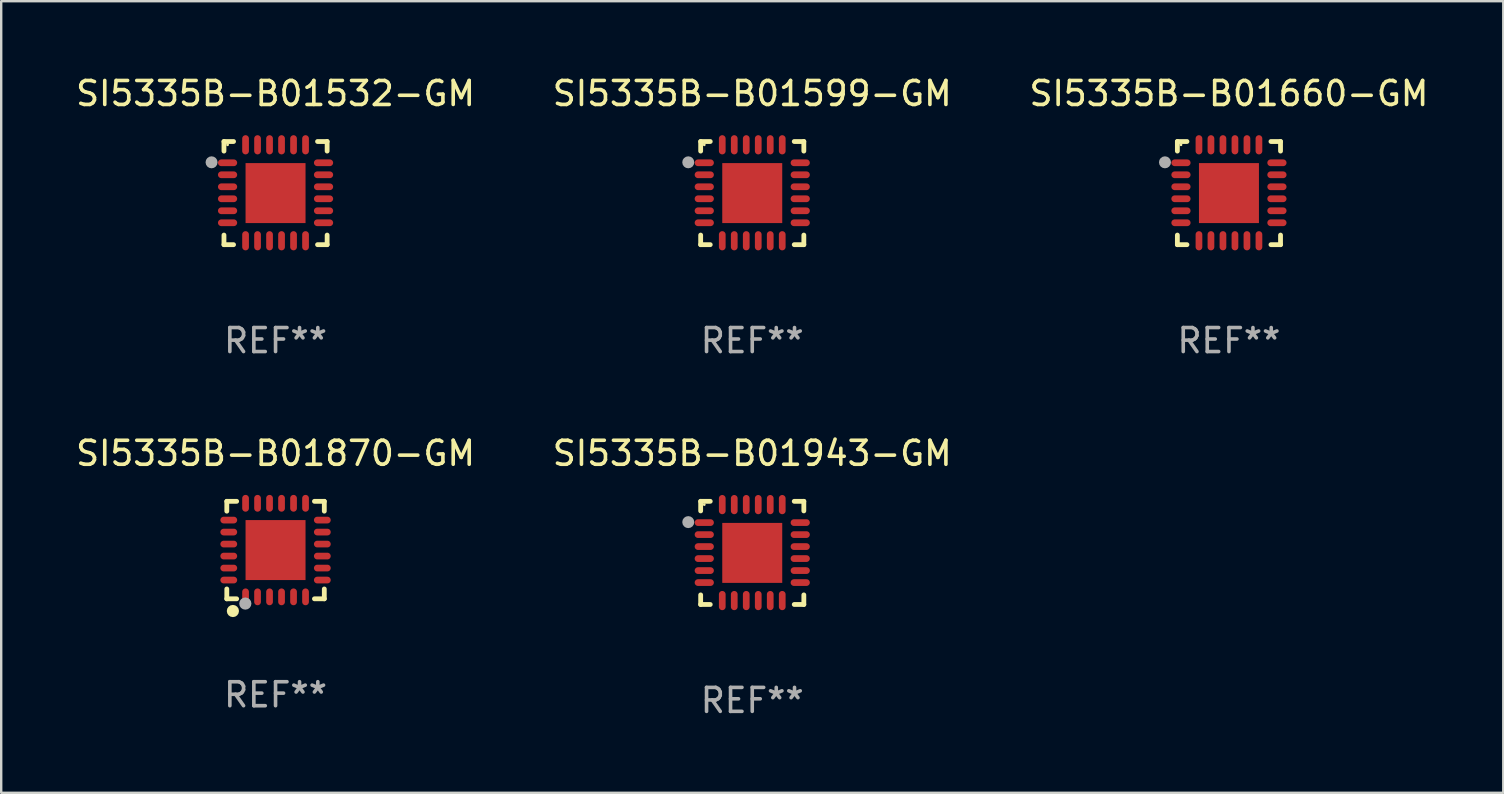
<source format=kicad_pcb>
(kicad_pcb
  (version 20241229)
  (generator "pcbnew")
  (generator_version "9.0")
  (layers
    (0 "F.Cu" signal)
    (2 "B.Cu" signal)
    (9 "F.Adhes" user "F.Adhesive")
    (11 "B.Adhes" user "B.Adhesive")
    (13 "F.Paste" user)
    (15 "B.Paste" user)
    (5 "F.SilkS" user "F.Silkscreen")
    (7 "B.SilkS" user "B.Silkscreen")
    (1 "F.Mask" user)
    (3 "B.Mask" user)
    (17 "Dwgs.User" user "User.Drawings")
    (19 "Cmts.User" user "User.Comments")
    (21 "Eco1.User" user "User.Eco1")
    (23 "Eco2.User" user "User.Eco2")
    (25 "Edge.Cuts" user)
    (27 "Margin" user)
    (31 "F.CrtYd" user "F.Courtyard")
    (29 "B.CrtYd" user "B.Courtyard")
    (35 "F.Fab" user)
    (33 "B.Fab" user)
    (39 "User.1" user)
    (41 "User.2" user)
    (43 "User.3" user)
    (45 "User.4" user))
  (footprint "SI5335B-B01660-GM"
    (layer "F.Cu")
    (at 48.173 4.998)
    (property "Reference" "SI5335B-B01660-GM" (at 0 -4.15 0) (layer "F.SilkS") (effects (font (size 1 1) (thickness 0.15))))
    (attr through_hole)
    (fp_line (start -2.15 -2.15) (end -1.75 -2.15) (stroke (width 0.2) (type solid)) (layer "F.SilkS"))
    (fp_line (start -2.15 -1.75) (end -2.15 -2.15) (stroke (width 0.2) (type solid)) (layer "F.SilkS"))
    (fp_line (start -2.15 2.15) (end -2.15 1.75) (stroke (width 0.2) (type solid)) (layer "F.SilkS"))
    (fp_line (start -1.75 2.15) (end -2.15 2.15) (stroke (width 0.2) (type solid)) (layer "F.SilkS"))
    (fp_line (start 1.75 -2.15) (end 2.15 -2.15) (stroke (width 0.2) (type solid)) (layer "F.SilkS"))
    (fp_line (start 1.75 2.15) (end 2.15 2.15) (stroke (width 0.2) (type solid)) (layer "F.SilkS"))
    (fp_line (start 2.15 -2.15) (end 2.15 -1.75) (stroke (width 0.2) (type solid)) (layer "F.SilkS"))
    (fp_line (start 2.15 2.15) (end 2.15 1.75) (stroke (width 0.2) (type solid)) (layer "F.SilkS"))
    (fp_circle (center -2 -2.013) (end -1.97 -2.013) (stroke (width 0.06) (type solid)) (fill no) (layer "F.SilkS"))
    (fp_circle (center -2.667 -1.283) (end -2.542 -1.283) (stroke (width 0.25) (type solid)) (fill no) (layer "F.Fab"))
    (fp_text user "REF**" (at 0 6.15 0) (layer "F.Fab") (effects (font (size 1 1) (thickness 0.15))))
    (pad "1" smd oval (at -2 -1.263) (size 0.8 0.28) (layers "F.Cu" "F.Mask" "F.Paste"))
    (pad "2" smd oval (at -2 -0.763) (size 0.8 0.28) (layers "F.Cu" "F.Mask" "F.Paste"))
    (pad "3" smd oval (at -2 -0.263) (size 0.8 0.28) (layers "F.Cu" "F.Mask" "F.Paste"))
    (pad "4" smd oval (at -2 0.237) (size 0.8 0.28) (layers "F.Cu" "F.Mask" "F.Paste"))
    (pad "5" smd oval (at -2 0.737) (size 0.8 0.28) (layers "F.Cu" "F.Mask" "F.Paste"))
    (pad "6" smd oval (at -2 1.237) (size 0.8 0.28) (layers "F.Cu" "F.Mask" "F.Paste"))
    (pad "7" smd oval (at -1.25 1.987) (size 0.28 0.8) (layers "F.Cu" "F.Mask" "F.Paste"))
    (pad "8" smd oval (at -0.75 1.987) (size 0.28 0.8) (layers "F.Cu" "F.Mask" "F.Paste"))
    (pad "9" smd oval (at -0.25 1.987) (size 0.28 0.8) (layers "F.Cu" "F.Mask" "F.Paste"))
    (pad "10" smd oval (at 0.25 1.987) (size 0.28 0.8) (layers "F.Cu" "F.Mask" "F.Paste"))
    (pad "11" smd oval (at 0.75 1.987) (size 0.28 0.8) (layers "F.Cu" "F.Mask" "F.Paste"))
    (pad "12" smd oval (at 1.25 1.987) (size 0.28 0.8) (layers "F.Cu" "F.Mask" "F.Paste"))
    (pad "13" smd oval (at 2 1.237) (size 0.8 0.28) (layers "F.Cu" "F.Mask" "F.Paste"))
    (pad "14" smd oval (at 2 0.737) (size 0.8 0.28) (layers "F.Cu" "F.Mask" "F.Paste"))
    (pad "15" smd oval (at 2 0.237) (size 0.8 0.28) (layers "F.Cu" "F.Mask" "F.Paste"))
    (pad "16" smd oval (at 2 -0.263) (size 0.8 0.28) (layers "F.Cu" "F.Mask" "F.Paste"))
    (pad "17" smd oval (at 2 -0.763) (size 0.8 0.28) (layers "F.Cu" "F.Mask" "F.Paste"))
    (pad "18" smd oval (at 2 -1.263) (size 0.8 0.28) (layers "F.Cu" "F.Mask" "F.Paste"))
    (pad "19" smd oval (at 1.25 -2.013) (size 0.28 0.8) (layers "F.Cu" "F.Mask" "F.Paste"))
    (pad "20" smd oval (at 0.75 -2.013) (size 0.28 0.8) (layers "F.Cu" "F.Mask" "F.Paste"))
    (pad "21" smd oval (at 0.25 -2.013) (size 0.28 0.8) (layers "F.Cu" "F.Mask" "F.Paste"))
    (pad "22" smd oval (at -0.25 -2.013) (size 0.28 0.8) (layers "F.Cu" "F.Mask" "F.Paste"))
    (pad "23" smd oval (at -0.75 -2.013) (size 0.28 0.8) (layers "F.Cu" "F.Mask" "F.Paste"))
    (pad "24" smd oval (at -1.25 -2.013) (size 0.28 0.8) (layers "F.Cu" "F.Mask" "F.Paste"))
    (pad "25" smd rect (at -0.000127 -0.00014) (size 2.5 2.5) (layers "F.Cu" "F.Mask" "F.Paste")))
  (footprint "SI5335B-B01943-GM"
    (layer "F.Cu")
    (at 28.304 19.995)
    (property "Reference" "SI5335B-B01943-GM" (at 0 -4.15 0) (layer "F.SilkS") (effects (font (size 1 1) (thickness 0.15))))
    (attr through_hole)
    (fp_line (start -2.15 -2.15) (end -1.75 -2.15) (stroke (width 0.2) (type solid)) (layer "F.SilkS"))
    (fp_line (start -2.15 -1.75) (end -2.15 -2.15) (stroke (width 0.2) (type solid)) (layer "F.SilkS"))
    (fp_line (start -2.15 2.15) (end -2.15 1.75) (stroke (width 0.2) (type solid)) (layer "F.SilkS"))
    (fp_line (start -1.75 2.15) (end -2.15 2.15) (stroke (width 0.2) (type solid)) (layer "F.SilkS"))
    (fp_line (start 1.75 -2.15) (end 2.15 -2.15) (stroke (width 0.2) (type solid)) (layer "F.SilkS"))
    (fp_line (start 1.75 2.15) (end 2.15 2.15) (stroke (width 0.2) (type solid)) (layer "F.SilkS"))
    (fp_line (start 2.15 -2.15) (end 2.15 -1.75) (stroke (width 0.2) (type solid)) (layer "F.SilkS"))
    (fp_line (start 2.15 2.15) (end 2.15 1.75) (stroke (width 0.2) (type solid)) (layer "F.SilkS"))
    (fp_circle (center -2 -2.013) (end -1.97 -2.013) (stroke (width 0.06) (type solid)) (fill no) (layer "F.SilkS"))
    (fp_circle (center -2.667 -1.283) (end -2.542 -1.283) (stroke (width 0.25) (type solid)) (fill no) (layer "F.Fab"))
    (fp_text user "REF**" (at 0 6.15 0) (layer "F.Fab") (effects (font (size 1 1) (thickness 0.15))))
    (pad "1" smd oval (at -2 -1.263) (size 0.8 0.28) (layers "F.Cu" "F.Mask" "F.Paste"))
    (pad "2" smd oval (at -2 -0.763) (size 0.8 0.28) (layers "F.Cu" "F.Mask" "F.Paste"))
    (pad "3" smd oval (at -2 -0.263) (size 0.8 0.28) (layers "F.Cu" "F.Mask" "F.Paste"))
    (pad "4" smd oval (at -2 0.237) (size 0.8 0.28) (layers "F.Cu" "F.Mask" "F.Paste"))
    (pad "5" smd oval (at -2 0.737) (size 0.8 0.28) (layers "F.Cu" "F.Mask" "F.Paste"))
    (pad "6" smd oval (at -2 1.237) (size 0.8 0.28) (layers "F.Cu" "F.Mask" "F.Paste"))
    (pad "7" smd oval (at -1.25 1.987) (size 0.28 0.8) (layers "F.Cu" "F.Mask" "F.Paste"))
    (pad "8" smd oval (at -0.75 1.987) (size 0.28 0.8) (layers "F.Cu" "F.Mask" "F.Paste"))
    (pad "9" smd oval (at -0.25 1.987) (size 0.28 0.8) (layers "F.Cu" "F.Mask" "F.Paste"))
    (pad "10" smd oval (at 0.25 1.987) (size 0.28 0.8) (layers "F.Cu" "F.Mask" "F.Paste"))
    (pad "11" smd oval (at 0.75 1.987) (size 0.28 0.8) (layers "F.Cu" "F.Mask" "F.Paste"))
    (pad "12" smd oval (at 1.25 1.987) (size 0.28 0.8) (layers "F.Cu" "F.Mask" "F.Paste"))
    (pad "13" smd oval (at 2 1.237) (size 0.8 0.28) (layers "F.Cu" "F.Mask" "F.Paste"))
    (pad "14" smd oval (at 2 0.737) (size 0.8 0.28) (layers "F.Cu" "F.Mask" "F.Paste"))
    (pad "15" smd oval (at 2 0.237) (size 0.8 0.28) (layers "F.Cu" "F.Mask" "F.Paste"))
    (pad "16" smd oval (at 2 -0.263) (size 0.8 0.28) (layers "F.Cu" "F.Mask" "F.Paste"))
    (pad "17" smd oval (at 2 -0.763) (size 0.8 0.28) (layers "F.Cu" "F.Mask" "F.Paste"))
    (pad "18" smd oval (at 2 -1.263) (size 0.8 0.28) (layers "F.Cu" "F.Mask" "F.Paste"))
    (pad "19" smd oval (at 1.25 -2.013) (size 0.28 0.8) (layers "F.Cu" "F.Mask" "F.Paste"))
    (pad "20" smd oval (at 0.75 -2.013) (size 0.28 0.8) (layers "F.Cu" "F.Mask" "F.Paste"))
    (pad "21" smd oval (at 0.25 -2.013) (size 0.28 0.8) (layers "F.Cu" "F.Mask" "F.Paste"))
    (pad "22" smd oval (at -0.25 -2.013) (size 0.28 0.8) (layers "F.Cu" "F.Mask" "F.Paste"))
    (pad "23" smd oval (at -0.75 -2.013) (size 0.28 0.8) (layers "F.Cu" "F.Mask" "F.Paste"))
    (pad "24" smd oval (at -1.25 -2.013) (size 0.28 0.8) (layers "F.Cu" "F.Mask" "F.Paste"))
    (pad "25" smd rect (at -0.000127 -0.00014) (size 2.5 2.5) (layers "F.Cu" "F.Mask" "F.Paste")))
  (footprint "SI5335B-B01870-GM"
    (layer "F.Cu")
    (at 8.435 19.877)
    (property "Reference" "SI5335B-B01870-GM" (at 0 -4.032 0) (layer "F.SilkS") (effects (font (size 1 1) (thickness 0.15))))
    (attr through_hole)
    (fp_line (start -2.032 -2.032) (end -1.621 -2.032) (stroke (width 0.2) (type solid)) (layer "F.SilkS"))
    (fp_line (start -2.032 -1.621) (end -2.032 -2.032) (stroke (width 0.2) (type solid)) (layer "F.SilkS"))
    (fp_line (start -2.032 2.032) (end -2.032 1.621) (stroke (width 0.2) (type solid)) (layer "F.SilkS"))
    (fp_line (start -1.621 2.032) (end -2.032 2.032) (stroke (width 0.2) (type solid)) (layer "F.SilkS"))
    (fp_line (start 1.621 -2.032) (end 2.032 -2.032) (stroke (width 0.2) (type solid)) (layer "F.SilkS"))
    (fp_line (start 2.032 -2.032) (end 2.032 -1.621) (stroke (width 0.2) (type solid)) (layer "F.SilkS"))
    (fp_line (start 2.032 1.621) (end 2.032 2.032) (stroke (width 0.2) (type solid)) (layer "F.SilkS"))
    (fp_line (start 2.032 2.032) (end 1.621 2.032) (stroke (width 0.2) (type solid)) (layer "F.SilkS"))
    (fp_circle (center -2 2) (end -1.97 2) (stroke (width 0.06) (type solid)) (fill no) (layer "F.SilkS"))
    (fp_circle (center -1.778 2.54) (end -1.651 2.54) (stroke (width 0.254) (type solid)) (fill no) (layer "F.SilkS"))
    (fp_circle (center -1.26 2.23) (end -1.133 2.23) (stroke (width 0.254) (type solid)) (fill no) (layer "F.Fab"))
    (fp_text user "REF**" (at 0 6.032 0) (layer "F.Fab") (effects (font (size 1 1) (thickness 0.15))))
    (pad "1" smd oval (at -1.25 1.95 180) (size 0.28 0.7) (layers "F.Cu" "F.Mask" "F.Paste"))
    (pad "2" smd oval (at -0.75 1.95 180) (size 0.28 0.7) (layers "F.Cu" "F.Mask" "F.Paste"))
    (pad "3" smd oval (at -0.25 1.95 180) (size 0.28 0.7) (layers "F.Cu" "F.Mask" "F.Paste"))
    (pad "4" smd oval (at 0.25 1.95 180) (size 0.28 0.7) (layers "F.Cu" "F.Mask" "F.Paste"))
    (pad "5" smd oval (at 0.75 1.95 180) (size 0.28 0.7) (layers "F.Cu" "F.Mask" "F.Paste"))
    (pad "6" smd oval (at 1.25 1.95 180) (size 0.28 0.7) (layers "F.Cu" "F.Mask" "F.Paste"))
    (pad "7" smd oval (at 1.95 1.25 270) (size 0.28 0.7) (layers "F.Cu" "F.Mask" "F.Paste"))
    (pad "8" smd oval (at 1.95 0.75 270) (size 0.28 0.7) (layers "F.Cu" "F.Mask" "F.Paste"))
    (pad "9" smd oval (at 1.95 0.25 270) (size 0.28 0.7) (layers "F.Cu" "F.Mask" "F.Paste"))
    (pad "10" smd oval (at 1.95 -0.25 270) (size 0.28 0.7) (layers "F.Cu" "F.Mask" "F.Paste"))
    (pad "11" smd oval (at 1.95 -0.75 270) (size 0.28 0.7) (layers "F.Cu" "F.Mask" "F.Paste"))
    (pad "12" smd oval (at 1.95 -1.25 270) (size 0.28 0.7) (layers "F.Cu" "F.Mask" "F.Paste"))
    (pad "13" smd oval (at 1.25 -1.95) (size 0.28 0.7) (layers "F.Cu" "F.Mask" "F.Paste"))
    (pad "14" smd oval (at 0.75 -1.95) (size 0.28 0.7) (layers "F.Cu" "F.Mask" "F.Paste"))
    (pad "15" smd oval (at 0.25 -1.95) (size 0.28 0.7) (layers "F.Cu" "F.Mask" "F.Paste"))
    (pad "16" smd oval (at -0.25 -1.95) (size 0.28 0.7) (layers "F.Cu" "F.Mask" "F.Paste"))
    (pad "17" smd oval (at -0.75 -1.95) (size 0.28 0.7) (layers "F.Cu" "F.Mask" "F.Paste"))
    (pad "18" smd oval (at -1.25 -1.95) (size 0.28 0.7) (layers "F.Cu" "F.Mask" "F.Paste"))
    (pad "19" smd oval (at -1.95 -1.25 90) (size 0.28 0.7) (layers "F.Cu" "F.Mask" "F.Paste"))
    (pad "20" smd oval (at -1.95 -0.75 90) (size 0.28 0.7) (layers "F.Cu" "F.Mask" "F.Paste"))
    (pad "21" smd oval (at -1.95 -0.25 90) (size 0.28 0.7) (layers "F.Cu" "F.Mask" "F.Paste"))
    (pad "22" smd oval (at -1.95 0.25 90) (size 0.28 0.7) (layers "F.Cu" "F.Mask" "F.Paste"))
    (pad "23" smd oval (at -1.95 0.75 90) (size 0.28 0.7) (layers "F.Cu" "F.Mask" "F.Paste"))
    (pad "24" smd oval (at -1.95 1.25 90) (size 0.28 0.7) (layers "F.Cu" "F.Mask" "F.Paste"))
    (pad "25" smd rect (at -0.000178 0.000025 90) (size 2.5 2.5) (layers "F.Cu" "F.Mask" "F.Paste")))
  (footprint "SI5335B-B01532-GM"
    (layer "F.Cu")
    (at 8.435 4.998)
    (property "Reference" "SI5335B-B01532-GM" (at 0 -4.15 0) (layer "F.SilkS") (effects (font (size 1 1) (thickness 0.15))))
    (attr through_hole)
    (fp_line (start -2.15 -2.15) (end -1.75 -2.15) (stroke (width 0.2) (type solid)) (layer "F.SilkS"))
    (fp_line (start -2.15 -1.75) (end -2.15 -2.15) (stroke (width 0.2) (type solid)) (layer "F.SilkS"))
    (fp_line (start -2.15 2.15) (end -2.15 1.75) (stroke (width 0.2) (type solid)) (layer "F.SilkS"))
    (fp_line (start -1.75 2.15) (end -2.15 2.15) (stroke (width 0.2) (type solid)) (layer "F.SilkS"))
    (fp_line (start 1.75 -2.15) (end 2.15 -2.15) (stroke (width 0.2) (type solid)) (layer "F.SilkS"))
    (fp_line (start 1.75 2.15) (end 2.15 2.15) (stroke (width 0.2) (type solid)) (layer "F.SilkS"))
    (fp_line (start 2.15 -2.15) (end 2.15 -1.75) (stroke (width 0.2) (type solid)) (layer "F.SilkS"))
    (fp_line (start 2.15 2.15) (end 2.15 1.75) (stroke (width 0.2) (type solid)) (layer "F.SilkS"))
    (fp_circle (center -2 -2.013) (end -1.97 -2.013) (stroke (width 0.06) (type solid)) (fill no) (layer "F.SilkS"))
    (fp_circle (center -2.667 -1.283) (end -2.542 -1.283) (stroke (width 0.25) (type solid)) (fill no) (layer "F.Fab"))
    (fp_text user "REF**" (at 0 6.15 0) (layer "F.Fab") (effects (font (size 1 1) (thickness 0.15))))
    (pad "1" smd oval (at -2 -1.263) (size 0.8 0.28) (layers "F.Cu" "F.Mask" "F.Paste"))
    (pad "2" smd oval (at -2 -0.763) (size 0.8 0.28) (layers "F.Cu" "F.Mask" "F.Paste"))
    (pad "3" smd oval (at -2 -0.263) (size 0.8 0.28) (layers "F.Cu" "F.Mask" "F.Paste"))
    (pad "4" smd oval (at -2 0.237) (size 0.8 0.28) (layers "F.Cu" "F.Mask" "F.Paste"))
    (pad "5" smd oval (at -2 0.737) (size 0.8 0.28) (layers "F.Cu" "F.Mask" "F.Paste"))
    (pad "6" smd oval (at -2 1.237) (size 0.8 0.28) (layers "F.Cu" "F.Mask" "F.Paste"))
    (pad "7" smd oval (at -1.25 1.987) (size 0.28 0.8) (layers "F.Cu" "F.Mask" "F.Paste"))
    (pad "8" smd oval (at -0.75 1.987) (size 0.28 0.8) (layers "F.Cu" "F.Mask" "F.Paste"))
    (pad "9" smd oval (at -0.25 1.987) (size 0.28 0.8) (layers "F.Cu" "F.Mask" "F.Paste"))
    (pad "10" smd oval (at 0.25 1.987) (size 0.28 0.8) (layers "F.Cu" "F.Mask" "F.Paste"))
    (pad "11" smd oval (at 0.75 1.987) (size 0.28 0.8) (layers "F.Cu" "F.Mask" "F.Paste"))
    (pad "12" smd oval (at 1.25 1.987) (size 0.28 0.8) (layers "F.Cu" "F.Mask" "F.Paste"))
    (pad "13" smd oval (at 2 1.237) (size 0.8 0.28) (layers "F.Cu" "F.Mask" "F.Paste"))
    (pad "14" smd oval (at 2 0.737) (size 0.8 0.28) (layers "F.Cu" "F.Mask" "F.Paste"))
    (pad "15" smd oval (at 2 0.237) (size 0.8 0.28) (layers "F.Cu" "F.Mask" "F.Paste"))
    (pad "16" smd oval (at 2 -0.263) (size 0.8 0.28) (layers "F.Cu" "F.Mask" "F.Paste"))
    (pad "17" smd oval (at 2 -0.763) (size 0.8 0.28) (layers "F.Cu" "F.Mask" "F.Paste"))
    (pad "18" smd oval (at 2 -1.263) (size 0.8 0.28) (layers "F.Cu" "F.Mask" "F.Paste"))
    (pad "19" smd oval (at 1.25 -2.013) (size 0.28 0.8) (layers "F.Cu" "F.Mask" "F.Paste"))
    (pad "20" smd oval (at 0.75 -2.013) (size 0.28 0.8) (layers "F.Cu" "F.Mask" "F.Paste"))
    (pad "21" smd oval (at 0.25 -2.013) (size 0.28 0.8) (layers "F.Cu" "F.Mask" "F.Paste"))
    (pad "22" smd oval (at -0.25 -2.013) (size 0.28 0.8) (layers "F.Cu" "F.Mask" "F.Paste"))
    (pad "23" smd oval (at -0.75 -2.013) (size 0.28 0.8) (layers "F.Cu" "F.Mask" "F.Paste"))
    (pad "24" smd oval (at -1.25 -2.013) (size 0.28 0.8) (layers "F.Cu" "F.Mask" "F.Paste"))
    (pad "25" smd rect (at -0.000127 -0.00014) (size 2.5 2.5) (layers "F.Cu" "F.Mask" "F.Paste")))
  (footprint "SI5335B-B01599-GM"
    (layer "F.Cu")
    (at 28.304 4.998)
    (property "Reference" "SI5335B-B01599-GM" (at 0 -4.15 0) (layer "F.SilkS") (effects (font (size 1 1) (thickness 0.15))))
    (attr through_hole)
    (fp_line (start -2.15 -2.15) (end -1.75 -2.15) (stroke (width 0.2) (type solid)) (layer "F.SilkS"))
    (fp_line (start -2.15 -1.75) (end -2.15 -2.15) (stroke (width 0.2) (type solid)) (layer "F.SilkS"))
    (fp_line (start -2.15 2.15) (end -2.15 1.75) (stroke (width 0.2) (type solid)) (layer "F.SilkS"))
    (fp_line (start -1.75 2.15) (end -2.15 2.15) (stroke (width 0.2) (type solid)) (layer "F.SilkS"))
    (fp_line (start 1.75 -2.15) (end 2.15 -2.15) (stroke (width 0.2) (type solid)) (layer "F.SilkS"))
    (fp_line (start 1.75 2.15) (end 2.15 2.15) (stroke (width 0.2) (type solid)) (layer "F.SilkS"))
    (fp_line (start 2.15 -2.15) (end 2.15 -1.75) (stroke (width 0.2) (type solid)) (layer "F.SilkS"))
    (fp_line (start 2.15 2.15) (end 2.15 1.75) (stroke (width 0.2) (type solid)) (layer "F.SilkS"))
    (fp_circle (center -2 -2.013) (end -1.97 -2.013) (stroke (width 0.06) (type solid)) (fill no) (layer "F.SilkS"))
    (fp_circle (center -2.667 -1.283) (end -2.542 -1.283) (stroke (width 0.25) (type solid)) (fill no) (layer "F.Fab"))
    (fp_text user "REF**" (at 0 6.15 0) (layer "F.Fab") (effects (font (size 1 1) (thickness 0.15))))
    (pad "1" smd oval (at -2 -1.263) (size 0.8 0.28) (layers "F.Cu" "F.Mask" "F.Paste"))
    (pad "2" smd oval (at -2 -0.763) (size 0.8 0.28) (layers "F.Cu" "F.Mask" "F.Paste"))
    (pad "3" smd oval (at -2 -0.263) (size 0.8 0.28) (layers "F.Cu" "F.Mask" "F.Paste"))
    (pad "4" smd oval (at -2 0.237) (size 0.8 0.28) (layers "F.Cu" "F.Mask" "F.Paste"))
    (pad "5" smd oval (at -2 0.737) (size 0.8 0.28) (layers "F.Cu" "F.Mask" "F.Paste"))
    (pad "6" smd oval (at -2 1.237) (size 0.8 0.28) (layers "F.Cu" "F.Mask" "F.Paste"))
    (pad "7" smd oval (at -1.25 1.987) (size 0.28 0.8) (layers "F.Cu" "F.Mask" "F.Paste"))
    (pad "8" smd oval (at -0.75 1.987) (size 0.28 0.8) (layers "F.Cu" "F.Mask" "F.Paste"))
    (pad "9" smd oval (at -0.25 1.987) (size 0.28 0.8) (layers "F.Cu" "F.Mask" "F.Paste"))
    (pad "10" smd oval (at 0.25 1.987) (size 0.28 0.8) (layers "F.Cu" "F.Mask" "F.Paste"))
    (pad "11" smd oval (at 0.75 1.987) (size 0.28 0.8) (layers "F.Cu" "F.Mask" "F.Paste"))
    (pad "12" smd oval (at 1.25 1.987) (size 0.28 0.8) (layers "F.Cu" "F.Mask" "F.Paste"))
    (pad "13" smd oval (at 2 1.237) (size 0.8 0.28) (layers "F.Cu" "F.Mask" "F.Paste"))
    (pad "14" smd oval (at 2 0.737) (size 0.8 0.28) (layers "F.Cu" "F.Mask" "F.Paste"))
    (pad "15" smd oval (at 2 0.237) (size 0.8 0.28) (layers "F.Cu" "F.Mask" "F.Paste"))
    (pad "16" smd oval (at 2 -0.263) (size 0.8 0.28) (layers "F.Cu" "F.Mask" "F.Paste"))
    (pad "17" smd oval (at 2 -0.763) (size 0.8 0.28) (layers "F.Cu" "F.Mask" "F.Paste"))
    (pad "18" smd oval (at 2 -1.263) (size 0.8 0.28) (layers "F.Cu" "F.Mask" "F.Paste"))
    (pad "19" smd oval (at 1.25 -2.013) (size 0.28 0.8) (layers "F.Cu" "F.Mask" "F.Paste"))
    (pad "20" smd oval (at 0.75 -2.013) (size 0.28 0.8) (layers "F.Cu" "F.Mask" "F.Paste"))
    (pad "21" smd oval (at 0.25 -2.013) (size 0.28 0.8) (layers "F.Cu" "F.Mask" "F.Paste"))
    (pad "22" smd oval (at -0.25 -2.013) (size 0.28 0.8) (layers "F.Cu" "F.Mask" "F.Paste"))
    (pad "23" smd oval (at -0.75 -2.013) (size 0.28 0.8) (layers "F.Cu" "F.Mask" "F.Paste"))
    (pad "24" smd oval (at -1.25 -2.013) (size 0.28 0.8) (layers "F.Cu" "F.Mask" "F.Paste"))
    (pad "25" smd rect (at -0.000127 -0.00014) (size 2.5 2.5) (layers "F.Cu" "F.Mask" "F.Paste")))
  (gr_rect
    (start -3 -3)
    (end 59.607 29.993)
    (stroke (width 0.1) (type default))
    (fill no)
    (layer "Edge.Cuts")))
</source>
